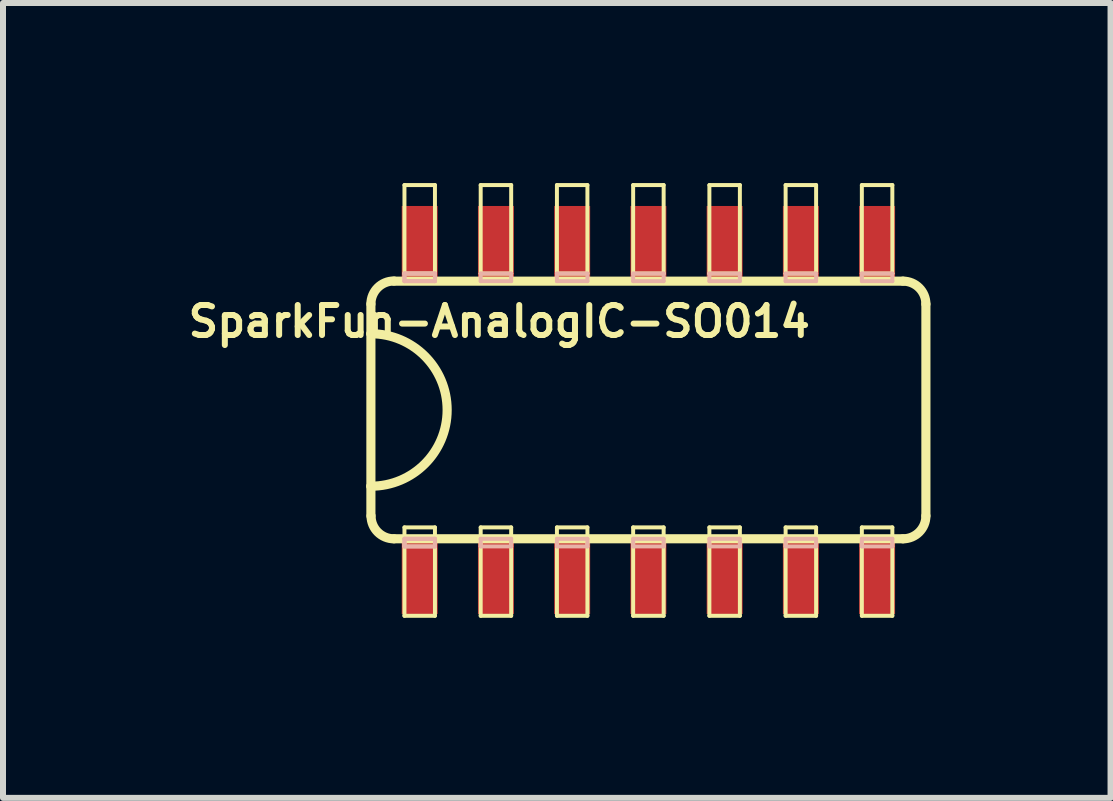
<source format=kicad_pcb>
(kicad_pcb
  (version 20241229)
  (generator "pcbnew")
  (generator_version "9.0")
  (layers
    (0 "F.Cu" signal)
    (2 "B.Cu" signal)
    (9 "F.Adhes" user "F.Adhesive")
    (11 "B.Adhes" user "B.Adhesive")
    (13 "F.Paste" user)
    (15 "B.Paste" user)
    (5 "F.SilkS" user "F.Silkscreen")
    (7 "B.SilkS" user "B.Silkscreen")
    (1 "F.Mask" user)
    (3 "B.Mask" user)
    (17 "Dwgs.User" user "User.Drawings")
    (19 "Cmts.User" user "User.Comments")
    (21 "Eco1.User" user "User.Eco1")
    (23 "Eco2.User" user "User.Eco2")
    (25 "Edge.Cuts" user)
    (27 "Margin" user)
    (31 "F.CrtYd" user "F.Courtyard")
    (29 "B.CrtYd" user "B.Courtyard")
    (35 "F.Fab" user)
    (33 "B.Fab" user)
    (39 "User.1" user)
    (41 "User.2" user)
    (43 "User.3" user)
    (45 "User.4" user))
  (footprint "SparkFun-AnalogIC-SO014"
    (layer "F.Cu")
    (at 7.117 3.78)
    (property "Reference" "SparkFun-AnalogIC-SO014" (at -1.85 -1.475 180) (layer "F.SilkS") (effects (font (size 0.5 0.5) (thickness 0.1))))
    (attr smd)
    (fp_line (start -3.988 -1.765) (end -3.988 -1.27) (stroke (width 0.152) (type solid)) (layer "F.SilkS"))
    (fp_line (start -3.988 -1.27) (end -3.988 1.27) (stroke (width 0.152) (type solid)) (layer "F.SilkS"))
    (fp_line (start -3.988 1.27) (end -3.988 1.765) (stroke (width 0.152) (type solid)) (layer "F.SilkS"))
    (fp_line (start -3.604 2.146) (end 4.877 2.146) (stroke (width 0.152) (type solid)) (layer "F.SilkS"))
    (fp_line (start -3.429 -3.747) (end -2.921 -3.747) (stroke (width 0.066) (type solid)) (layer "F.SilkS"))
    (fp_line (start -3.429 -2.273) (end -3.429 -3.747) (stroke (width 0.066) (type solid)) (layer "F.SilkS"))
    (fp_line (start -3.429 -2.273) (end -2.921 -2.273) (stroke (width 0.066) (type solid)) (layer "F.SilkS"))
    (fp_line (start -3.429 1.956) (end -2.921 1.956) (stroke (width 0.066) (type solid)) (layer "F.SilkS"))
    (fp_line (start -3.429 3.429) (end -3.429 1.956) (stroke (width 0.066) (type solid)) (layer "F.SilkS"))
    (fp_line (start -3.429 3.429) (end -2.921 3.429) (stroke (width 0.066) (type solid)) (layer "F.SilkS"))
    (fp_line (start -2.921 -2.273) (end -2.921 -3.747) (stroke (width 0.066) (type solid)) (layer "F.SilkS"))
    (fp_line (start -2.921 3.429) (end -2.921 1.956) (stroke (width 0.066) (type solid)) (layer "F.SilkS"))
    (fp_line (start -2.159 -3.747) (end -1.651 -3.747) (stroke (width 0.066) (type solid)) (layer "F.SilkS"))
    (fp_line (start -2.159 -2.273) (end -2.159 -3.747) (stroke (width 0.066) (type solid)) (layer "F.SilkS"))
    (fp_line (start -2.159 -2.273) (end -1.651 -2.273) (stroke (width 0.066) (type solid)) (layer "F.SilkS"))
    (fp_line (start -2.159 1.956) (end -1.651 1.956) (stroke (width 0.066) (type solid)) (layer "F.SilkS"))
    (fp_line (start -2.159 3.429) (end -2.159 1.956) (stroke (width 0.066) (type solid)) (layer "F.SilkS"))
    (fp_line (start -2.159 3.429) (end -1.651 3.429) (stroke (width 0.066) (type solid)) (layer "F.SilkS"))
    (fp_line (start -1.651 -2.273) (end -1.651 -3.747) (stroke (width 0.066) (type solid)) (layer "F.SilkS"))
    (fp_line (start -1.651 3.429) (end -1.651 1.956) (stroke (width 0.066) (type solid)) (layer "F.SilkS"))
    (fp_line (start -0.889 -3.747) (end -0.381 -3.747) (stroke (width 0.066) (type solid)) (layer "F.SilkS"))
    (fp_line (start -0.889 -2.273) (end -0.889 -3.747) (stroke (width 0.066) (type solid)) (layer "F.SilkS"))
    (fp_line (start -0.889 -2.273) (end -0.381 -2.273) (stroke (width 0.066) (type solid)) (layer "F.SilkS"))
    (fp_line (start -0.889 1.956) (end -0.381 1.956) (stroke (width 0.066) (type solid)) (layer "F.SilkS"))
    (fp_line (start -0.889 3.429) (end -0.889 1.956) (stroke (width 0.066) (type solid)) (layer "F.SilkS"))
    (fp_line (start -0.889 3.429) (end -0.381 3.429) (stroke (width 0.066) (type solid)) (layer "F.SilkS"))
    (fp_line (start -0.381 -2.273) (end -0.381 -3.747) (stroke (width 0.066) (type solid)) (layer "F.SilkS"))
    (fp_line (start -0.381 3.429) (end -0.381 1.956) (stroke (width 0.066) (type solid)) (layer "F.SilkS"))
    (fp_line (start 0.381 -3.747) (end 0.889 -3.747) (stroke (width 0.066) (type solid)) (layer "F.SilkS"))
    (fp_line (start 0.381 -2.273) (end 0.381 -3.747) (stroke (width 0.066) (type solid)) (layer "F.SilkS"))
    (fp_line (start 0.381 -2.273) (end 0.889 -2.273) (stroke (width 0.066) (type solid)) (layer "F.SilkS"))
    (fp_line (start 0.381 1.956) (end 0.889 1.956) (stroke (width 0.066) (type solid)) (layer "F.SilkS"))
    (fp_line (start 0.381 3.429) (end 0.381 1.956) (stroke (width 0.066) (type solid)) (layer "F.SilkS"))
    (fp_line (start 0.381 3.429) (end 0.889 3.429) (stroke (width 0.066) (type solid)) (layer "F.SilkS"))
    (fp_line (start 0.889 -2.273) (end 0.889 -3.747) (stroke (width 0.066) (type solid)) (layer "F.SilkS"))
    (fp_line (start 0.889 3.429) (end 0.889 1.956) (stroke (width 0.066) (type solid)) (layer "F.SilkS"))
    (fp_line (start 1.651 -3.747) (end 2.159 -3.747) (stroke (width 0.066) (type solid)) (layer "F.SilkS"))
    (fp_line (start 1.651 -2.273) (end 1.651 -3.747) (stroke (width 0.066) (type solid)) (layer "F.SilkS"))
    (fp_line (start 1.651 -2.273) (end 2.159 -2.273) (stroke (width 0.066) (type solid)) (layer "F.SilkS"))
    (fp_line (start 1.651 1.956) (end 2.159 1.956) (stroke (width 0.066) (type solid)) (layer "F.SilkS"))
    (fp_line (start 1.651 3.429) (end 1.651 1.956) (stroke (width 0.066) (type solid)) (layer "F.SilkS"))
    (fp_line (start 1.651 3.429) (end 2.159 3.429) (stroke (width 0.066) (type solid)) (layer "F.SilkS"))
    (fp_line (start 2.159 -2.273) (end 2.159 -3.747) (stroke (width 0.066) (type solid)) (layer "F.SilkS"))
    (fp_line (start 2.159 3.429) (end 2.159 1.956) (stroke (width 0.066) (type solid)) (layer "F.SilkS"))
    (fp_line (start 2.921 -3.747) (end 3.429 -3.747) (stroke (width 0.066) (type solid)) (layer "F.SilkS"))
    (fp_line (start 2.921 -2.273) (end 2.921 -3.747) (stroke (width 0.066) (type solid)) (layer "F.SilkS"))
    (fp_line (start 2.921 -2.273) (end 3.429 -2.273) (stroke (width 0.066) (type solid)) (layer "F.SilkS"))
    (fp_line (start 2.921 1.956) (end 3.429 1.956) (stroke (width 0.066) (type solid)) (layer "F.SilkS"))
    (fp_line (start 2.921 3.429) (end 2.921 1.956) (stroke (width 0.066) (type solid)) (layer "F.SilkS"))
    (fp_line (start 2.921 3.429) (end 3.429 3.429) (stroke (width 0.066) (type solid)) (layer "F.SilkS"))
    (fp_line (start 3.429 -2.273) (end 3.429 -3.747) (stroke (width 0.066) (type solid)) (layer "F.SilkS"))
    (fp_line (start 3.429 3.429) (end 3.429 1.956) (stroke (width 0.066) (type solid)) (layer "F.SilkS"))
    (fp_line (start 4.191 -3.747) (end 4.699 -3.747) (stroke (width 0.066) (type solid)) (layer "F.SilkS"))
    (fp_line (start 4.191 -2.273) (end 4.191 -3.747) (stroke (width 0.066) (type solid)) (layer "F.SilkS"))
    (fp_line (start 4.191 -2.273) (end 4.699 -2.273) (stroke (width 0.066) (type solid)) (layer "F.SilkS"))
    (fp_line (start 4.191 1.956) (end 4.699 1.956) (stroke (width 0.066) (type solid)) (layer "F.SilkS"))
    (fp_line (start 4.191 3.429) (end 4.191 1.956) (stroke (width 0.066) (type solid)) (layer "F.SilkS"))
    (fp_line (start 4.191 3.429) (end 4.699 3.429) (stroke (width 0.066) (type solid)) (layer "F.SilkS"))
    (fp_line (start 4.699 -2.273) (end 4.699 -3.747) (stroke (width 0.066) (type solid)) (layer "F.SilkS"))
    (fp_line (start 4.699 3.429) (end 4.699 1.956) (stroke (width 0.066) (type solid)) (layer "F.SilkS"))
    (fp_line (start 4.877 -2.146) (end -3.604 -2.146) (stroke (width 0.152) (type solid)) (layer "F.SilkS"))
    (fp_line (start 5.258 1.765) (end 5.258 -1.765) (stroke (width 0.152) (type solid)) (layer "F.SilkS"))
    (fp_arc (start -3.9878 -1.7653) (mid -3.875464 -2.036504) (end -3.60426 -2.14884) (stroke (width 0.1524) (type solid)) (layer "F.SilkS"))
    (fp_arc (start -3.9878 -1.27) (mid -2.7178 0) (end -3.9878 1.27) (stroke (width 0.1524) (type solid)) (layer "F.SilkS"))
    (fp_arc (start -3.60426 2.1463) (mid -3.873668 2.034708) (end -3.98526 1.7653) (stroke (width 0.1524) (type solid)) (layer "F.SilkS"))
    (fp_arc (start 4.8768 -2.1463) (mid 5.146208 -2.034708) (end 5.2578 -1.7653) (stroke (width 0.1524) (type solid)) (layer "F.SilkS"))
    (fp_arc (start 5.2578 1.7653) (mid 5.146208 2.034708) (end 4.8768 2.1463) (stroke (width 0.1524) (type solid)) (layer "F.SilkS"))
    (fp_line (start -3.429 -2.273) (end -2.921 -2.273) (stroke (width 0.066) (type solid)) (layer "B.SilkS"))
    (fp_line (start -3.429 -2.273) (end -2.921 -2.273) (stroke (width 0.066) (type solid)) (layer "B.SilkS"))
    (fp_line (start -3.429 -2.146) (end -3.429 -2.273) (stroke (width 0.066) (type solid)) (layer "B.SilkS"))
    (fp_line (start -3.429 -2.146) (end -3.429 -2.273) (stroke (width 0.066) (type solid)) (layer "B.SilkS"))
    (fp_line (start -3.429 -2.146) (end -2.921 -2.146) (stroke (width 0.066) (type solid)) (layer "B.SilkS"))
    (fp_line (start -3.429 -2.146) (end -2.921 -2.146) (stroke (width 0.066) (type solid)) (layer "B.SilkS"))
    (fp_line (start -3.429 2.146) (end -2.921 2.146) (stroke (width 0.066) (type solid)) (layer "B.SilkS"))
    (fp_line (start -3.429 2.146) (end -2.921 2.146) (stroke (width 0.066) (type solid)) (layer "B.SilkS"))
    (fp_line (start -3.429 2.273) (end -3.429 2.146) (stroke (width 0.066) (type solid)) (layer "B.SilkS"))
    (fp_line (start -3.429 2.273) (end -3.429 2.146) (stroke (width 0.066) (type solid)) (layer "B.SilkS"))
    (fp_line (start -3.429 2.273) (end -2.921 2.273) (stroke (width 0.066) (type solid)) (layer "B.SilkS"))
    (fp_line (start -3.429 2.273) (end -2.921 2.273) (stroke (width 0.066) (type solid)) (layer "B.SilkS"))
    (fp_line (start -2.921 -2.146) (end -2.921 -2.273) (stroke (width 0.066) (type solid)) (layer "B.SilkS"))
    (fp_line (start -2.921 -2.146) (end -2.921 -2.273) (stroke (width 0.066) (type solid)) (layer "B.SilkS"))
    (fp_line (start -2.921 2.273) (end -2.921 2.146) (stroke (width 0.066) (type solid)) (layer "B.SilkS"))
    (fp_line (start -2.921 2.273) (end -2.921 2.146) (stroke (width 0.066) (type solid)) (layer "B.SilkS"))
    (fp_line (start -2.159 -2.273) (end -1.651 -2.273) (stroke (width 0.066) (type solid)) (layer "B.SilkS"))
    (fp_line (start -2.159 -2.146) (end -2.159 -2.273) (stroke (width 0.066) (type solid)) (layer "B.SilkS"))
    (fp_line (start -2.159 -2.146) (end -1.651 -2.146) (stroke (width 0.066) (type solid)) (layer "B.SilkS"))
    (fp_line (start -2.159 2.146) (end -1.651 2.146) (stroke (width 0.066) (type solid)) (layer "B.SilkS"))
    (fp_line (start -2.159 2.273) (end -2.159 2.146) (stroke (width 0.066) (type solid)) (layer "B.SilkS"))
    (fp_line (start -2.159 2.273) (end -1.651 2.273) (stroke (width 0.066) (type solid)) (layer "B.SilkS"))
    (fp_line (start -1.651 -2.146) (end -1.651 -2.273) (stroke (width 0.066) (type solid)) (layer "B.SilkS"))
    (fp_line (start -1.651 2.273) (end -1.651 2.146) (stroke (width 0.066) (type solid)) (layer "B.SilkS"))
    (fp_line (start -0.889 -2.273) (end -0.381 -2.273) (stroke (width 0.066) (type solid)) (layer "B.SilkS"))
    (fp_line (start -0.889 -2.146) (end -0.889 -2.273) (stroke (width 0.066) (type solid)) (layer "B.SilkS"))
    (fp_line (start -0.889 -2.146) (end -0.381 -2.146) (stroke (width 0.066) (type solid)) (layer "B.SilkS"))
    (fp_line (start -0.889 2.146) (end -0.381 2.146) (stroke (width 0.066) (type solid)) (layer "B.SilkS"))
    (fp_line (start -0.889 2.273) (end -0.889 2.146) (stroke (width 0.066) (type solid)) (layer "B.SilkS"))
    (fp_line (start -0.889 2.273) (end -0.381 2.273) (stroke (width 0.066) (type solid)) (layer "B.SilkS"))
    (fp_line (start -0.381 -2.146) (end -0.381 -2.273) (stroke (width 0.066) (type solid)) (layer "B.SilkS"))
    (fp_line (start -0.381 2.273) (end -0.381 2.146) (stroke (width 0.066) (type solid)) (layer "B.SilkS"))
    (fp_line (start 0.381 -2.273) (end 0.889 -2.273) (stroke (width 0.066) (type solid)) (layer "B.SilkS"))
    (fp_line (start 0.381 -2.146) (end 0.381 -2.273) (stroke (width 0.066) (type solid)) (layer "B.SilkS"))
    (fp_line (start 0.381 -2.146) (end 0.889 -2.146) (stroke (width 0.066) (type solid)) (layer "B.SilkS"))
    (fp_line (start 0.381 2.146) (end 0.889 2.146) (stroke (width 0.066) (type solid)) (layer "B.SilkS"))
    (fp_line (start 0.381 2.273) (end 0.381 2.146) (stroke (width 0.066) (type solid)) (layer "B.SilkS"))
    (fp_line (start 0.381 2.273) (end 0.889 2.273) (stroke (width 0.066) (type solid)) (layer "B.SilkS"))
    (fp_line (start 0.889 -2.146) (end 0.889 -2.273) (stroke (width 0.066) (type solid)) (layer "B.SilkS"))
    (fp_line (start 0.889 2.273) (end 0.889 2.146) (stroke (width 0.066) (type solid)) (layer "B.SilkS"))
    (fp_line (start 1.651 -2.273) (end 2.159 -2.273) (stroke (width 0.066) (type solid)) (layer "B.SilkS"))
    (fp_line (start 1.651 -2.146) (end 1.651 -2.273) (stroke (width 0.066) (type solid)) (layer "B.SilkS"))
    (fp_line (start 1.651 -2.146) (end 2.159 -2.146) (stroke (width 0.066) (type solid)) (layer "B.SilkS"))
    (fp_line (start 1.651 2.146) (end 2.159 2.146) (stroke (width 0.066) (type solid)) (layer "B.SilkS"))
    (fp_line (start 1.651 2.273) (end 1.651 2.146) (stroke (width 0.066) (type solid)) (layer "B.SilkS"))
    (fp_line (start 1.651 2.273) (end 2.159 2.273) (stroke (width 0.066) (type solid)) (layer "B.SilkS"))
    (fp_line (start 2.159 -2.146) (end 2.159 -2.273) (stroke (width 0.066) (type solid)) (layer "B.SilkS"))
    (fp_line (start 2.159 2.273) (end 2.159 2.146) (stroke (width 0.066) (type solid)) (layer "B.SilkS"))
    (fp_line (start 2.921 -2.273) (end 3.429 -2.273) (stroke (width 0.066) (type solid)) (layer "B.SilkS"))
    (fp_line (start 2.921 -2.146) (end 2.921 -2.273) (stroke (width 0.066) (type solid)) (layer "B.SilkS"))
    (fp_line (start 2.921 -2.146) (end 3.429 -2.146) (stroke (width 0.066) (type solid)) (layer "B.SilkS"))
    (fp_line (start 2.921 2.146) (end 3.429 2.146) (stroke (width 0.066) (type solid)) (layer "B.SilkS"))
    (fp_line (start 2.921 2.273) (end 2.921 2.146) (stroke (width 0.066) (type solid)) (layer "B.SilkS"))
    (fp_line (start 2.921 2.273) (end 3.429 2.273) (stroke (width 0.066) (type solid)) (layer "B.SilkS"))
    (fp_line (start 3.429 -2.146) (end 3.429 -2.273) (stroke (width 0.066) (type solid)) (layer "B.SilkS"))
    (fp_line (start 3.429 2.273) (end 3.429 2.146) (stroke (width 0.066) (type solid)) (layer "B.SilkS"))
    (fp_line (start 4.191 -2.273) (end 4.699 -2.273) (stroke (width 0.066) (type solid)) (layer "B.SilkS"))
    (fp_line (start 4.191 -2.146) (end 4.191 -2.273) (stroke (width 0.066) (type solid)) (layer "B.SilkS"))
    (fp_line (start 4.191 -2.146) (end 4.699 -2.146) (stroke (width 0.066) (type solid)) (layer "B.SilkS"))
    (fp_line (start 4.191 2.146) (end 4.699 2.146) (stroke (width 0.066) (type solid)) (layer "B.SilkS"))
    (fp_line (start 4.191 2.273) (end 4.191 2.146) (stroke (width 0.066) (type solid)) (layer "B.SilkS"))
    (fp_line (start 4.191 2.273) (end 4.699 2.273) (stroke (width 0.066) (type solid)) (layer "B.SilkS"))
    (fp_line (start 4.699 -2.146) (end 4.699 -2.273) (stroke (width 0.066) (type solid)) (layer "B.SilkS"))
    (fp_line (start 4.699 2.273) (end 4.699 2.146) (stroke (width 0.066) (type solid)) (layer "B.SilkS"))
    (pad "1" smd rect (at -3.175 2.799) (size 0.599 1.199) (layers "F.Cu" "F.Mask" "F.Paste"))
    (pad "2" smd rect (at -1.905 2.799) (size 0.599 1.199) (layers "F.Cu" "F.Mask" "F.Paste"))
    (pad "3" smd rect (at -0.635 2.799) (size 0.599 1.199) (layers "F.Cu" "F.Mask" "F.Paste"))
    (pad "4" smd rect (at 0.635 2.799) (size 0.599 1.199) (layers "F.Cu" "F.Mask" "F.Paste"))
    (pad "5" smd rect (at 1.905 2.799) (size 0.599 1.199) (layers "F.Cu" "F.Mask" "F.Paste"))
    (pad "6" smd rect (at 3.175 2.799) (size 0.599 1.199) (layers "F.Cu" "F.Mask" "F.Paste"))
    (pad "7" smd rect (at 4.445 2.799) (size 0.599 1.199) (layers "F.Cu" "F.Mask" "F.Paste"))
    (pad "8" smd rect (at 4.445 -2.799) (size 0.599 1.199) (layers "F.Cu" "F.Mask" "F.Paste"))
    (pad "9" smd rect (at 3.175 -2.799) (size 0.599 1.199) (layers "F.Cu" "F.Mask" "F.Paste"))
    (pad "10" smd rect (at 1.905 -2.799) (size 0.599 1.199) (layers "F.Cu" "F.Mask" "F.Paste"))
    (pad "11" smd rect (at 0.635 -2.799) (size 0.599 1.199) (layers "F.Cu" "F.Mask" "F.Paste"))
    (pad "12" smd rect (at -0.635 -2.799) (size 0.599 1.199) (layers "F.Cu" "F.Mask" "F.Paste"))
    (pad "13" smd rect (at -1.905 -2.799) (size 0.599 1.199) (layers "F.Cu" "F.Mask" "F.Paste"))
    (pad "14" smd rect (at -3.175 -2.799) (size 0.599 1.199) (layers "F.Cu" "F.Mask" "F.Paste")))
  (gr_rect
    (start -3 -3)
    (end 15.451 10.242)
    (stroke (width 0.1) (type default))
    (fill no)
    (layer "Edge.Cuts")))
</source>
